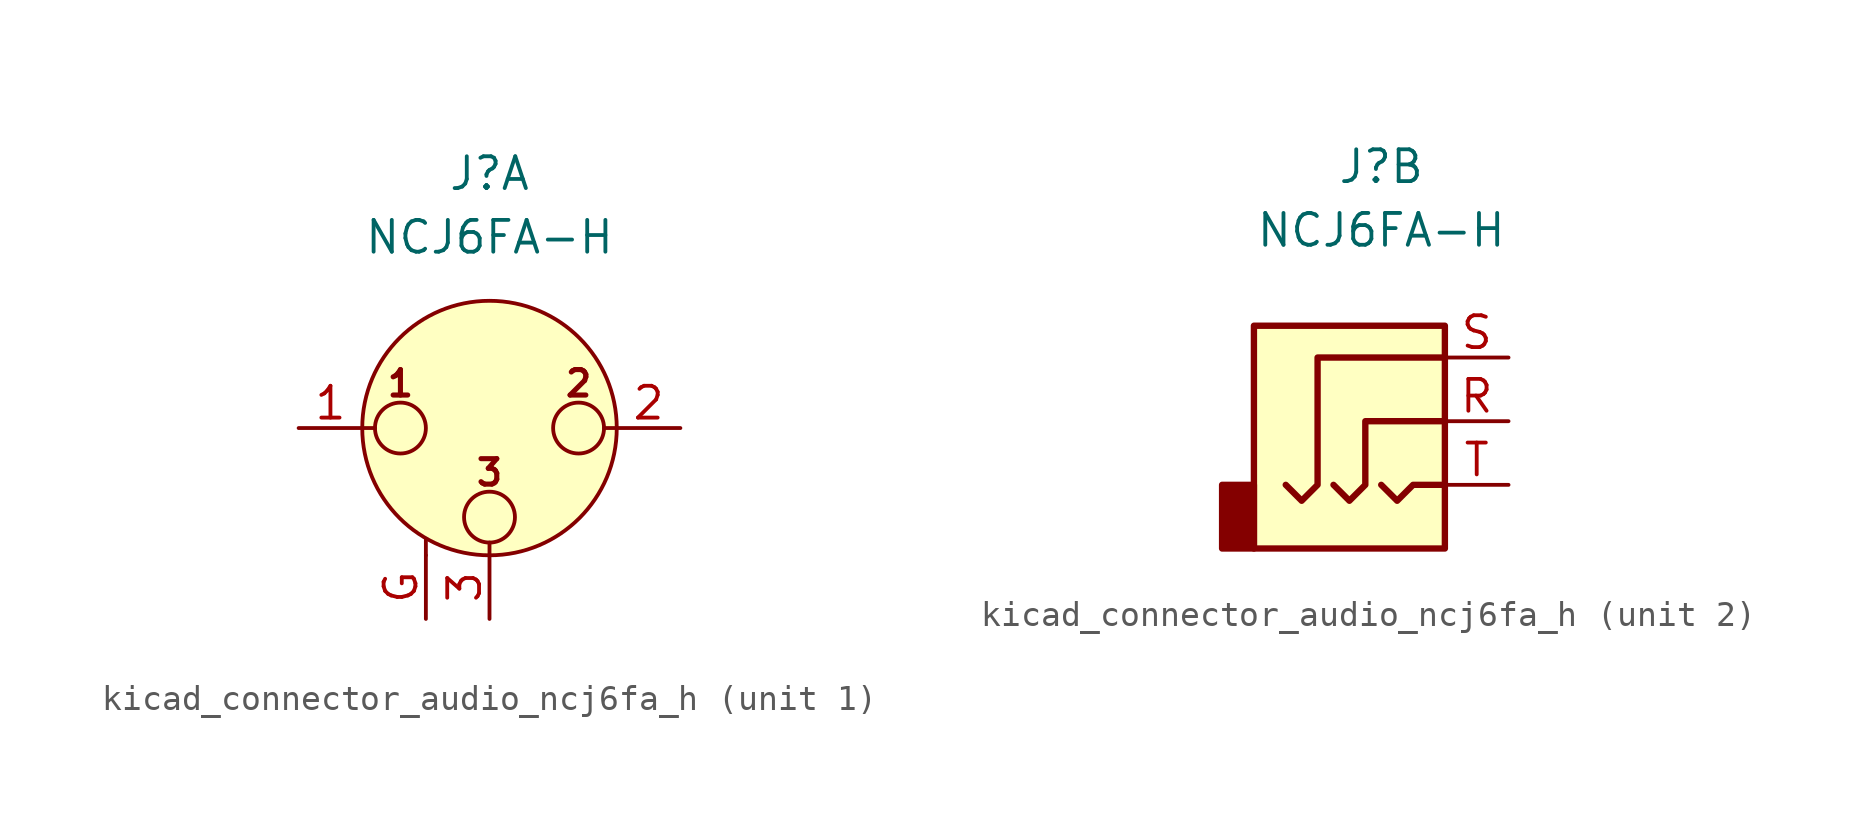
<source format=kicad_sym>
(kicad_symbol_lib
  (version 20220914)
  (generator kicad_symbol_editor)
  (symbol "kicad_connector_audio_ncj6fa_h"
    (pin_names hide)
    (property "Reference" "J"
      (at 0 10.16 0)
      (effects (font (size 1.27 1.27))))
    (property "Value" "NCJ6FA-H"
      (at 0 7.62 0)
      (effects (font (size 1.27 1.27))))
    (symbol "kicad_connector_audio_ncj6fa_h_1_1"
      (circle (center -3.556 0) (radius 1.016) (stroke (width 0) (type default)) (fill (type none)))
      (circle (center 0 -3.556) (radius 1.016) (stroke (width 0) (type default)) (fill (type none)))
      (polyline (pts (xy -5.08 0) (xy -4.572 0)) (stroke (width 0) (type default)) (fill (type none)))
      (polyline (pts (xy -2.54 -5.08) (xy -2.54 -4.445)) (stroke (width 0) (type default)) (fill (type none)))
      (polyline (pts (xy 0 -5.08) (xy 0 -4.572)) (stroke (width 0) (type default)) (fill (type none)))
      (polyline (pts (xy 5.08 0) (xy 4.572 0)) (stroke (width 0) (type default)) (fill (type none)))
      (circle (center 0 0) (radius 5.08) (stroke (width 0) (type default)) (fill (type background)))
      (circle (center 3.556 0) (radius 1.016) (stroke (width 0) (type default)) (fill (type none)))
      (text "1" (at -3.556 1.778 0) (effects (font (size 1.016 1.016) bold)))
      (text "2" (at 3.556 1.778 0) (effects (font (size 1.016 1.016) bold)))
      (text "3" (at 0 -1.778 0) (effects (font (size 1.016 1.016) bold)))
      (pin passive line (at -7.62 0 0) (length 2.54) (name "~" (effects (font (size 1.27 1.27)))) (number "1" (effects (font (size 1.27 1.27)))))
      (pin passive line (at 7.62 0 180) (length 2.54) (name "~" (effects (font (size 1.27 1.27)))) (number "2" (effects (font (size 1.27 1.27)))))
      (pin passive line (at 0 -7.62 90) (length 2.54) (name "~" (effects (font (size 1.27 1.27)))) (number "3" (effects (font (size 1.27 1.27)))))
      (pin passive line (at -2.54 -7.62 90) (length 2.54) (name "~" (effects (font (size 1.27 1.27)))) (number "G" (effects (font (size 1.27 1.27))))))
    (symbol "kicad_connector_audio_ncj6fa_h_2_1"
      (rectangle (start -5.08 -2.54) (end -6.35 -5.08) (stroke (width 0.254) (type default)) (fill (type outline)))
      (polyline (pts (xy 0 -2.54) (xy 0.635 -3.175) (xy 1.27 -2.54) (xy 2.54 -2.54)) (stroke (width 0.254) (type default)) (fill (type none)))
      (polyline (pts (xy -1.905 -2.54) (xy -1.27 -3.175) (xy -0.635 -2.54) (xy -0.635 0) (xy 2.54 0)) (stroke (width 0.254) (type default)) (fill (type none)))
      (polyline (pts (xy 2.54 2.54) (xy -2.54 2.54) (xy -2.54 -2.54) (xy -3.175 -3.175) (xy -3.81 -2.54)) (stroke (width 0.254) (type default)) (fill (type none)))
      (rectangle (start 2.54 3.81) (end -5.08 -5.08) (stroke (width 0.254) (type default)) (fill (type background)))
      (pin passive line (at 5.08 0 180) (length 2.54) (name "~" (effects (font (size 1.27 1.27)))) (number "R" (effects (font (size 1.27 1.27)))))
      (pin passive line (at 5.08 2.54 180) (length 2.54) (name "~" (effects (font (size 1.27 1.27)))) (number "S" (effects (font (size 1.27 1.27)))))
      (pin passive line (at 5.08 -2.54 180) (length 2.54) (name "~" (effects (font (size 1.27 1.27)))) (number "T" (effects (font (size 1.27 1.27))))))))
</source>
